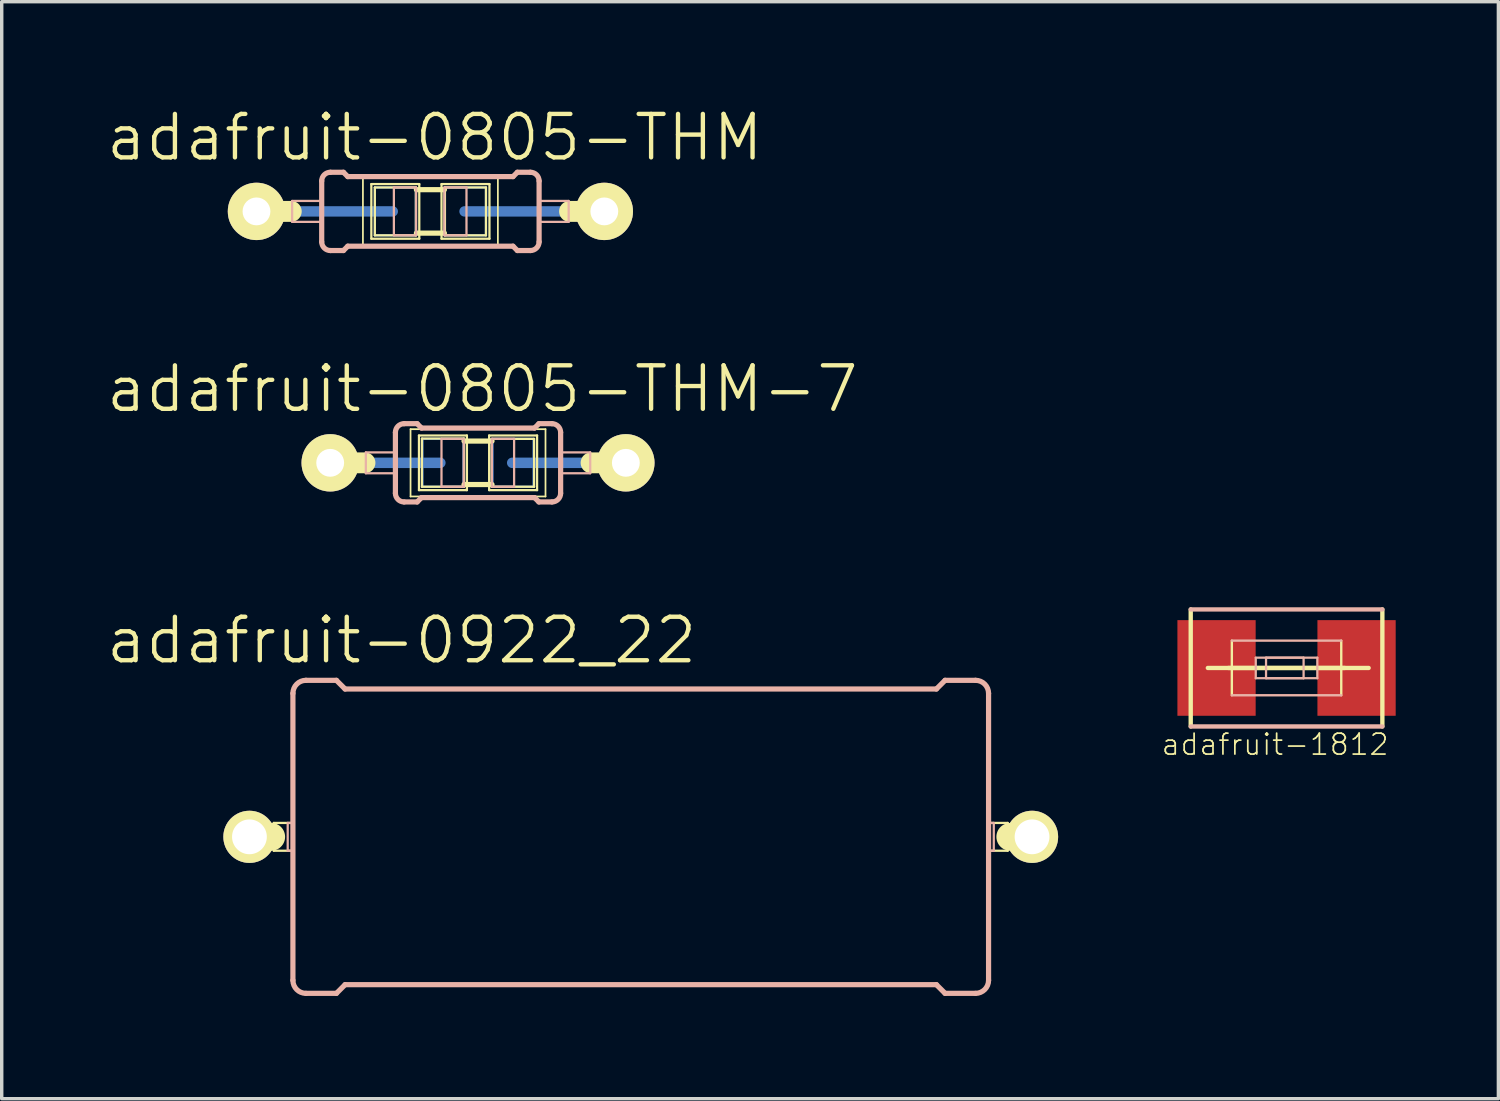
<source format=kicad_pcb>
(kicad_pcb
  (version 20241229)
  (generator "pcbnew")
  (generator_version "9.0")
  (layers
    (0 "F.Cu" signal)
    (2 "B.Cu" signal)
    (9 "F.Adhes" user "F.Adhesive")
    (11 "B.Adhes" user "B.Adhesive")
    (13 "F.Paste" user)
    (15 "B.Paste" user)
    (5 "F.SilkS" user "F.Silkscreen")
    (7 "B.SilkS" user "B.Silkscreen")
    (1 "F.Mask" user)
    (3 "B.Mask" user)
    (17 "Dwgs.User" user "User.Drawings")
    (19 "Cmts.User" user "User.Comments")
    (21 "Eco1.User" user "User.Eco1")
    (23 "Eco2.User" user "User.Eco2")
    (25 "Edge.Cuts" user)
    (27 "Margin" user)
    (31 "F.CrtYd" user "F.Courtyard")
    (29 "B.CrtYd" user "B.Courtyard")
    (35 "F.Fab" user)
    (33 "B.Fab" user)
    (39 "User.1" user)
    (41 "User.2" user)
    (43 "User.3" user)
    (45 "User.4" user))
  (footprint "adafruit-0805-THM"
    (layer "F.Cu")
    (at 9.522 3.125)
    (property "Reference" "adafruit-0805-THM" (at 0.127 -2.159 0) (layer "F.SilkS") (effects (font (size 1.27 1.27) (thickness 0.127))))
    (attr exclude_from_pos_files exclude_from_bom)
    (fp_line (start -4.498 0) (end -1.1 0) (stroke (width 0.305) (type solid)) (layer "B.Cu"))
    (fp_line (start -1.623 -0.699) (end -0.424 -0.699) (stroke (width 0.066) (type solid)) (layer "B.Cu"))
    (fp_line (start -1.623 0.699) (end -1.623 -0.699) (stroke (width 0.066) (type solid)) (layer "B.Cu"))
    (fp_line (start -1.623 0.699) (end -0.424 0.699) (stroke (width 0.066) (type solid)) (layer "B.Cu"))
    (fp_line (start -0.424 0.699) (end -0.424 -0.699) (stroke (width 0.066) (type solid)) (layer "B.Cu"))
    (fp_line (start 0.424 -0.699) (end 1.623 -0.699) (stroke (width 0.066) (type solid)) (layer "B.Cu"))
    (fp_line (start 0.424 0.699) (end 0.424 -0.699) (stroke (width 0.066) (type solid)) (layer "B.Cu"))
    (fp_line (start 0.424 0.699) (end 1.623 0.699) (stroke (width 0.066) (type solid)) (layer "B.Cu"))
    (fp_line (start 0.998 0) (end 5.098 0) (stroke (width 0.305) (type solid)) (layer "B.Cu"))
    (fp_line (start 1.623 0.699) (end 1.623 -0.699) (stroke (width 0.066) (type solid)) (layer "B.Cu"))
    (fp_line (start -5.08 0) (end -4.064 0) (stroke (width 0.61) (type solid)) (layer "F.SilkS"))
    (fp_line (start -1.971 -0.983) (end 1.971 -0.983) (stroke (width 0.051) (type solid)) (layer "F.SilkS"))
    (fp_line (start -1.971 0.983) (end -1.971 -0.983) (stroke (width 0.051) (type solid)) (layer "F.SilkS"))
    (fp_line (start -1.725 -0.798) (end -0.325 -0.798) (stroke (width 0.066) (type solid)) (layer "F.SilkS"))
    (fp_line (start -1.725 0.798) (end -1.725 -0.798) (stroke (width 0.066) (type solid)) (layer "F.SilkS"))
    (fp_line (start -1.725 0.798) (end -0.325 0.798) (stroke (width 0.066) (type solid)) (layer "F.SilkS"))
    (fp_line (start -1.623 -0.699) (end -0.424 -0.699) (stroke (width 0.066) (type solid)) (layer "F.SilkS"))
    (fp_line (start -1.623 0.699) (end -1.623 -0.699) (stroke (width 0.066) (type solid)) (layer "F.SilkS"))
    (fp_line (start -1.623 0.699) (end -0.424 0.699) (stroke (width 0.066) (type solid)) (layer "F.SilkS"))
    (fp_line (start -0.424 0.699) (end -0.424 -0.699) (stroke (width 0.066) (type solid)) (layer "F.SilkS"))
    (fp_line (start -0.409 -0.635) (end 0.409 -0.635) (stroke (width 0.152) (type solid)) (layer "F.SilkS"))
    (fp_line (start -0.409 0.635) (end 0.409 0.635) (stroke (width 0.152) (type solid)) (layer "F.SilkS"))
    (fp_line (start -0.325 0.798) (end -0.325 -0.798) (stroke (width 0.066) (type solid)) (layer "F.SilkS"))
    (fp_line (start 0.325 -0.798) (end 1.725 -0.798) (stroke (width 0.066) (type solid)) (layer "F.SilkS"))
    (fp_line (start 0.325 0.798) (end 0.325 -0.798) (stroke (width 0.066) (type solid)) (layer "F.SilkS"))
    (fp_line (start 0.325 0.798) (end 1.725 0.798) (stroke (width 0.066) (type solid)) (layer "F.SilkS"))
    (fp_line (start 0.424 -0.699) (end 1.623 -0.699) (stroke (width 0.066) (type solid)) (layer "F.SilkS"))
    (fp_line (start 0.424 0.699) (end 0.424 -0.699) (stroke (width 0.066) (type solid)) (layer "F.SilkS"))
    (fp_line (start 0.424 0.699) (end 1.623 0.699) (stroke (width 0.066) (type solid)) (layer "F.SilkS"))
    (fp_line (start 1.623 0.699) (end 1.623 -0.699) (stroke (width 0.066) (type solid)) (layer "F.SilkS"))
    (fp_line (start 1.725 0.798) (end 1.725 -0.798) (stroke (width 0.066) (type solid)) (layer "F.SilkS"))
    (fp_line (start 1.971 -0.983) (end 1.971 0.983) (stroke (width 0.051) (type solid)) (layer "F.SilkS"))
    (fp_line (start 1.971 0.983) (end -1.971 0.983) (stroke (width 0.051) (type solid)) (layer "F.SilkS"))
    (fp_line (start 5.08 0) (end 4.064 0) (stroke (width 0.61) (type solid)) (layer "F.SilkS"))
    (fp_line (start -4.039 -0.305) (end -3.175 -0.305) (stroke (width 0.066) (type solid)) (layer "B.SilkS"))
    (fp_line (start -4.039 0.305) (end -4.039 -0.305) (stroke (width 0.066) (type solid)) (layer "B.SilkS"))
    (fp_line (start -4.039 0.305) (end -3.175 0.305) (stroke (width 0.066) (type solid)) (layer "B.SilkS"))
    (fp_line (start -3.175 0.305) (end -3.175 -0.305) (stroke (width 0.066) (type solid)) (layer "B.SilkS"))
    (fp_line (start -3.175 0.889) (end -3.175 -0.889) (stroke (width 0.152) (type solid)) (layer "B.SilkS"))
    (fp_line (start -2.921 -1.143) (end -2.54 -1.143) (stroke (width 0.152) (type solid)) (layer "B.SilkS"))
    (fp_line (start -2.921 1.143) (end -2.54 1.143) (stroke (width 0.152) (type solid)) (layer "B.SilkS"))
    (fp_line (start -2.413 -1.016) (end -2.54 -1.143) (stroke (width 0.152) (type solid)) (layer "B.SilkS"))
    (fp_line (start -2.413 1.016) (end -2.54 1.143) (stroke (width 0.152) (type solid)) (layer "B.SilkS"))
    (fp_line (start -1.067 -0.701) (end -0.417 -0.701) (stroke (width 0.066) (type solid)) (layer "B.SilkS"))
    (fp_line (start -1.067 0.699) (end -1.067 -0.701) (stroke (width 0.066) (type solid)) (layer "B.SilkS"))
    (fp_line (start -1.067 0.699) (end -0.417 0.699) (stroke (width 0.066) (type solid)) (layer "B.SilkS"))
    (fp_line (start -0.417 0.699) (end -0.417 -0.701) (stroke (width 0.066) (type solid)) (layer "B.SilkS"))
    (fp_line (start 0.406 -0.701) (end 1.054 -0.701) (stroke (width 0.066) (type solid)) (layer "B.SilkS"))
    (fp_line (start 0.406 0.699) (end 0.406 -0.701) (stroke (width 0.066) (type solid)) (layer "B.SilkS"))
    (fp_line (start 0.406 0.699) (end 1.054 0.699) (stroke (width 0.066) (type solid)) (layer "B.SilkS"))
    (fp_line (start 1.054 0.699) (end 1.054 -0.701) (stroke (width 0.066) (type solid)) (layer "B.SilkS"))
    (fp_line (start 2.413 -1.016) (end -2.413 -1.016) (stroke (width 0.152) (type solid)) (layer "B.SilkS"))
    (fp_line (start 2.413 -1.016) (end 2.54 -1.143) (stroke (width 0.152) (type solid)) (layer "B.SilkS"))
    (fp_line (start 2.413 1.016) (end -2.413 1.016) (stroke (width 0.152) (type solid)) (layer "B.SilkS"))
    (fp_line (start 2.413 1.016) (end 2.54 1.143) (stroke (width 0.152) (type solid)) (layer "B.SilkS"))
    (fp_line (start 2.921 -1.143) (end 2.54 -1.143) (stroke (width 0.152) (type solid)) (layer "B.SilkS"))
    (fp_line (start 2.921 1.143) (end 2.54 1.143) (stroke (width 0.152) (type solid)) (layer "B.SilkS"))
    (fp_line (start 3.175 -0.305) (end 4.039 -0.305) (stroke (width 0.066) (type solid)) (layer "B.SilkS"))
    (fp_line (start 3.175 0.305) (end 3.175 -0.305) (stroke (width 0.066) (type solid)) (layer "B.SilkS"))
    (fp_line (start 3.175 0.305) (end 4.039 0.305) (stroke (width 0.066) (type solid)) (layer "B.SilkS"))
    (fp_line (start 3.175 0.889) (end 3.175 -0.889) (stroke (width 0.152) (type solid)) (layer "B.SilkS"))
    (fp_line (start 4.039 0.305) (end 4.039 -0.305) (stroke (width 0.066) (type solid)) (layer "B.SilkS"))
    (fp_arc (start -3.175 -0.889) (mid -3.100605 -1.068605) (end -2.921 -1.143) (stroke (width 0.1524) (type solid)) (layer "B.SilkS"))
    (fp_arc (start -2.921 1.143) (mid -3.100605 1.068605) (end -3.175 0.889) (stroke (width 0.1524) (type solid)) (layer "B.SilkS"))
    (fp_arc (start 2.921 -1.143) (mid 3.100605 -1.068605) (end 3.175 -0.889) (stroke (width 0.1524) (type solid)) (layer "B.SilkS"))
    (fp_arc (start 3.175 0.889) (mid 3.100605 1.068605) (end 2.921 1.143) (stroke (width 0.1524) (type solid)) (layer "B.SilkS"))
    (pad "1" thru_hole circle (at -5.08 0) (size 1.676 1.676) (drill 0.813) (layers "*.Cu" "F.Mask" "F.SilkS" "F.Paste"))
    (pad "2" thru_hole circle (at 5.08 0) (size 1.676 1.676) (drill 0.813) (layers "*.Cu" "F.Mask" "F.SilkS" "F.Paste")))
  (footprint "adafruit-0922_22"
    (layer "F.Cu")
    (at 15.666 21.394)
    (property "Reference" "adafruit-0922_22" (at -6.985 -5.74 0) (layer "F.SilkS") (effects (font (size 1.27 1.27) (thickness 0.127))))
    (attr exclude_from_pos_files exclude_from_bom)
    (fp_line (start -11.43 0) (end -10.795 0) (stroke (width 0.813) (type solid)) (layer "F.SilkS"))
    (fp_line (start -10.719 -0.406) (end -10.16 -0.406) (stroke (width 0.066) (type solid)) (layer "F.SilkS"))
    (fp_line (start -10.719 0.406) (end -10.719 -0.406) (stroke (width 0.066) (type solid)) (layer "F.SilkS"))
    (fp_line (start -10.719 0.406) (end -10.16 0.406) (stroke (width 0.066) (type solid)) (layer "F.SilkS"))
    (fp_line (start -10.16 0.406) (end -10.16 -0.406) (stroke (width 0.066) (type solid)) (layer "F.SilkS"))
    (fp_line (start 10.16 -0.406) (end 10.719 -0.406) (stroke (width 0.066) (type solid)) (layer "F.SilkS"))
    (fp_line (start 10.16 0.406) (end 10.16 -0.406) (stroke (width 0.066) (type solid)) (layer "F.SilkS"))
    (fp_line (start 10.16 0.406) (end 10.719 0.406) (stroke (width 0.066) (type solid)) (layer "F.SilkS"))
    (fp_line (start 10.719 0.406) (end 10.719 -0.406) (stroke (width 0.066) (type solid)) (layer "F.SilkS"))
    (fp_line (start 11.43 0) (end 10.795 0) (stroke (width 0.813) (type solid)) (layer "F.SilkS"))
    (fp_line (start -10.312 -0.406) (end -10.16 -0.406) (stroke (width 0.066) (type solid)) (layer "B.SilkS"))
    (fp_line (start -10.312 0.406) (end -10.312 -0.406) (stroke (width 0.066) (type solid)) (layer "B.SilkS"))
    (fp_line (start -10.312 0.406) (end -10.16 0.406) (stroke (width 0.066) (type solid)) (layer "B.SilkS"))
    (fp_line (start -10.16 0.406) (end -10.16 -0.406) (stroke (width 0.066) (type solid)) (layer "B.SilkS"))
    (fp_line (start -10.16 4.191) (end -10.16 -4.191) (stroke (width 0.152) (type solid)) (layer "B.SilkS"))
    (fp_line (start -9.779 -4.572) (end -8.89 -4.572) (stroke (width 0.152) (type solid)) (layer "B.SilkS"))
    (fp_line (start -9.779 4.572) (end -8.89 4.572) (stroke (width 0.152) (type solid)) (layer "B.SilkS"))
    (fp_line (start -8.636 -4.318) (end -8.89 -4.572) (stroke (width 0.152) (type solid)) (layer "B.SilkS"))
    (fp_line (start -8.636 4.318) (end -8.89 4.572) (stroke (width 0.152) (type solid)) (layer "B.SilkS"))
    (fp_line (start 8.636 -4.318) (end -8.636 -4.318) (stroke (width 0.152) (type solid)) (layer "B.SilkS"))
    (fp_line (start 8.636 -4.318) (end 8.89 -4.572) (stroke (width 0.152) (type solid)) (layer "B.SilkS"))
    (fp_line (start 8.636 4.318) (end -8.636 4.318) (stroke (width 0.152) (type solid)) (layer "B.SilkS"))
    (fp_line (start 8.636 4.318) (end 8.89 4.572) (stroke (width 0.152) (type solid)) (layer "B.SilkS"))
    (fp_line (start 9.779 -4.572) (end 8.89 -4.572) (stroke (width 0.152) (type solid)) (layer "B.SilkS"))
    (fp_line (start 9.779 4.572) (end 8.89 4.572) (stroke (width 0.152) (type solid)) (layer "B.SilkS"))
    (fp_line (start 10.16 -0.406) (end 10.312 -0.406) (stroke (width 0.066) (type solid)) (layer "B.SilkS"))
    (fp_line (start 10.16 0.406) (end 10.16 -0.406) (stroke (width 0.066) (type solid)) (layer "B.SilkS"))
    (fp_line (start 10.16 0.406) (end 10.312 0.406) (stroke (width 0.066) (type solid)) (layer "B.SilkS"))
    (fp_line (start 10.16 4.191) (end 10.16 -4.191) (stroke (width 0.152) (type solid)) (layer "B.SilkS"))
    (fp_line (start 10.312 0.406) (end 10.312 -0.406) (stroke (width 0.066) (type solid)) (layer "B.SilkS"))
    (fp_arc (start -10.16 -4.191) (mid -10.048408 -4.460408) (end -9.779 -4.572) (stroke (width 0.1524) (type solid)) (layer "B.SilkS"))
    (fp_arc (start -9.779 4.572) (mid -10.048408 4.460408) (end -10.16 4.191) (stroke (width 0.1524) (type solid)) (layer "B.SilkS"))
    (fp_arc (start 9.779 -4.572) (mid 10.048408 -4.460408) (end 10.16 -4.191) (stroke (width 0.1524) (type solid)) (layer "B.SilkS"))
    (fp_arc (start 10.16 4.191) (mid 10.048408 4.460408) (end 9.779 4.572) (stroke (width 0.1524) (type solid)) (layer "B.SilkS"))
    (pad "1" thru_hole circle (at -11.43 0) (size 1.524 1.524) (drill 1.016) (layers "*.Cu" "F.Mask" "F.SilkS" "F.Paste"))
    (pad "2" thru_hole circle (at 11.43 0) (size 1.524 1.524) (drill 1.016) (layers "*.Cu" "F.Mask" "F.SilkS" "F.Paste")))
  (footprint "adafruit-0805-THM-7"
    (layer "F.Cu")
    (at 10.913 10.469)
    (property "Reference" "adafruit-0805-THM-7" (at 0.127 -2.159 0) (layer "F.SilkS") (effects (font (size 1.27 1.27) (thickness 0.127))))
    (attr exclude_from_pos_files exclude_from_bom)
    (fp_line (start -3.736 0) (end -1.1 0) (stroke (width 0.305) (type solid)) (layer "B.Cu"))
    (fp_line (start -1.623 -0.699) (end -0.424 -0.699) (stroke (width 0.066) (type solid)) (layer "B.Cu"))
    (fp_line (start -1.623 0.699) (end -1.623 -0.699) (stroke (width 0.066) (type solid)) (layer "B.Cu"))
    (fp_line (start -1.623 0.699) (end -0.424 0.699) (stroke (width 0.066) (type solid)) (layer "B.Cu"))
    (fp_line (start -0.424 0.699) (end -0.424 -0.699) (stroke (width 0.066) (type solid)) (layer "B.Cu"))
    (fp_line (start 0.424 -0.699) (end 1.623 -0.699) (stroke (width 0.066) (type solid)) (layer "B.Cu"))
    (fp_line (start 0.424 0.699) (end 0.424 -0.699) (stroke (width 0.066) (type solid)) (layer "B.Cu"))
    (fp_line (start 0.424 0.699) (end 1.623 0.699) (stroke (width 0.066) (type solid)) (layer "B.Cu"))
    (fp_line (start 0.998 0) (end 4.336 0) (stroke (width 0.305) (type solid)) (layer "B.Cu"))
    (fp_line (start 1.623 0.699) (end 1.623 -0.699) (stroke (width 0.066) (type solid)) (layer "B.Cu"))
    (fp_line (start -4.318 0) (end -3.302 0) (stroke (width 0.61) (type solid)) (layer "F.SilkS"))
    (fp_line (start -1.971 -0.983) (end 1.971 -0.983) (stroke (width 0.051) (type solid)) (layer "F.SilkS"))
    (fp_line (start -1.971 0.983) (end -1.971 -0.983) (stroke (width 0.051) (type solid)) (layer "F.SilkS"))
    (fp_line (start -1.725 -0.798) (end -0.325 -0.798) (stroke (width 0.066) (type solid)) (layer "F.SilkS"))
    (fp_line (start -1.725 0.798) (end -1.725 -0.798) (stroke (width 0.066) (type solid)) (layer "F.SilkS"))
    (fp_line (start -1.725 0.798) (end -0.325 0.798) (stroke (width 0.066) (type solid)) (layer "F.SilkS"))
    (fp_line (start -1.638 -0.709) (end -0.409 -0.709) (stroke (width 0.066) (type solid)) (layer "F.SilkS"))
    (fp_line (start -1.638 0.699) (end -1.638 -0.709) (stroke (width 0.066) (type solid)) (layer "F.SilkS"))
    (fp_line (start -1.638 0.699) (end -0.409 0.699) (stroke (width 0.066) (type solid)) (layer "F.SilkS"))
    (fp_line (start -0.409 -0.635) (end 0.409 -0.635) (stroke (width 0.152) (type solid)) (layer "F.SilkS"))
    (fp_line (start -0.409 0.635) (end 0.409 0.635) (stroke (width 0.152) (type solid)) (layer "F.SilkS"))
    (fp_line (start -0.409 0.699) (end -0.409 -0.709) (stroke (width 0.066) (type solid)) (layer "F.SilkS"))
    (fp_line (start -0.325 0.798) (end -0.325 -0.798) (stroke (width 0.066) (type solid)) (layer "F.SilkS"))
    (fp_line (start 0.325 -0.798) (end 1.725 -0.798) (stroke (width 0.066) (type solid)) (layer "F.SilkS"))
    (fp_line (start 0.325 0.798) (end 0.325 -0.798) (stroke (width 0.066) (type solid)) (layer "F.SilkS"))
    (fp_line (start 0.325 0.798) (end 1.725 0.798) (stroke (width 0.066) (type solid)) (layer "F.SilkS"))
    (fp_line (start 0.399 -0.699) (end 1.638 -0.699) (stroke (width 0.066) (type solid)) (layer "F.SilkS"))
    (fp_line (start 0.399 0.699) (end 0.399 -0.699) (stroke (width 0.066) (type solid)) (layer "F.SilkS"))
    (fp_line (start 0.399 0.699) (end 1.638 0.699) (stroke (width 0.066) (type solid)) (layer "F.SilkS"))
    (fp_line (start 1.638 0.699) (end 1.638 -0.699) (stroke (width 0.066) (type solid)) (layer "F.SilkS"))
    (fp_line (start 1.725 0.798) (end 1.725 -0.798) (stroke (width 0.066) (type solid)) (layer "F.SilkS"))
    (fp_line (start 1.971 -0.983) (end 1.971 0.983) (stroke (width 0.051) (type solid)) (layer "F.SilkS"))
    (fp_line (start 1.971 0.983) (end -1.971 0.983) (stroke (width 0.051) (type solid)) (layer "F.SilkS"))
    (fp_line (start 4.318 0) (end 3.302 0) (stroke (width 0.61) (type solid)) (layer "F.SilkS"))
    (fp_line (start -3.277 -0.305) (end -2.413 -0.305) (stroke (width 0.066) (type solid)) (layer "B.SilkS"))
    (fp_line (start -3.277 0.305) (end -3.277 -0.305) (stroke (width 0.066) (type solid)) (layer "B.SilkS"))
    (fp_line (start -3.277 0.305) (end -2.413 0.305) (stroke (width 0.066) (type solid)) (layer "B.SilkS"))
    (fp_line (start -2.413 0.305) (end -2.413 -0.305) (stroke (width 0.066) (type solid)) (layer "B.SilkS"))
    (fp_line (start -2.413 0.889) (end -2.413 -0.889) (stroke (width 0.152) (type solid)) (layer "B.SilkS"))
    (fp_line (start -2.159 -1.143) (end -1.778 -1.143) (stroke (width 0.152) (type solid)) (layer "B.SilkS"))
    (fp_line (start -2.159 1.143) (end -1.778 1.143) (stroke (width 0.152) (type solid)) (layer "B.SilkS"))
    (fp_line (start -1.651 -1.016) (end -1.778 -1.143) (stroke (width 0.152) (type solid)) (layer "B.SilkS"))
    (fp_line (start -1.651 1.016) (end -1.778 1.143) (stroke (width 0.152) (type solid)) (layer "B.SilkS"))
    (fp_line (start -1.067 -0.701) (end -0.417 -0.701) (stroke (width 0.066) (type solid)) (layer "B.SilkS"))
    (fp_line (start -1.067 0.699) (end -1.067 -0.701) (stroke (width 0.066) (type solid)) (layer "B.SilkS"))
    (fp_line (start -1.067 0.699) (end -0.417 0.699) (stroke (width 0.066) (type solid)) (layer "B.SilkS"))
    (fp_line (start -0.417 0.699) (end -0.417 -0.701) (stroke (width 0.066) (type solid)) (layer "B.SilkS"))
    (fp_line (start 0.406 -0.701) (end 1.054 -0.701) (stroke (width 0.066) (type solid)) (layer "B.SilkS"))
    (fp_line (start 0.406 0.699) (end 0.406 -0.701) (stroke (width 0.066) (type solid)) (layer "B.SilkS"))
    (fp_line (start 0.406 0.699) (end 1.054 0.699) (stroke (width 0.066) (type solid)) (layer "B.SilkS"))
    (fp_line (start 1.054 0.699) (end 1.054 -0.701) (stroke (width 0.066) (type solid)) (layer "B.SilkS"))
    (fp_line (start 1.651 -1.016) (end -1.651 -1.016) (stroke (width 0.152) (type solid)) (layer "B.SilkS"))
    (fp_line (start 1.651 -1.016) (end 1.778 -1.143) (stroke (width 0.152) (type solid)) (layer "B.SilkS"))
    (fp_line (start 1.651 1.016) (end -1.651 1.016) (stroke (width 0.152) (type solid)) (layer "B.SilkS"))
    (fp_line (start 1.651 1.016) (end 1.778 1.143) (stroke (width 0.152) (type solid)) (layer "B.SilkS"))
    (fp_line (start 2.159 -1.143) (end 1.778 -1.143) (stroke (width 0.152) (type solid)) (layer "B.SilkS"))
    (fp_line (start 2.159 1.143) (end 1.778 1.143) (stroke (width 0.152) (type solid)) (layer "B.SilkS"))
    (fp_line (start 2.413 -0.305) (end 3.277 -0.305) (stroke (width 0.066) (type solid)) (layer "B.SilkS"))
    (fp_line (start 2.413 0.305) (end 2.413 -0.305) (stroke (width 0.066) (type solid)) (layer "B.SilkS"))
    (fp_line (start 2.413 0.305) (end 3.277 0.305) (stroke (width 0.066) (type solid)) (layer "B.SilkS"))
    (fp_line (start 2.413 0.889) (end 2.413 -0.889) (stroke (width 0.152) (type solid)) (layer "B.SilkS"))
    (fp_line (start 3.277 0.305) (end 3.277 -0.305) (stroke (width 0.066) (type solid)) (layer "B.SilkS"))
    (fp_arc (start -2.413 -0.889) (mid -2.338605 -1.068605) (end -2.159 -1.143) (stroke (width 0.1524) (type solid)) (layer "B.SilkS"))
    (fp_arc (start -2.159 1.143) (mid -2.338605 1.068605) (end -2.413 0.889) (stroke (width 0.1524) (type solid)) (layer "B.SilkS"))
    (fp_arc (start 2.159 -1.143) (mid 2.338605 -1.068605) (end 2.413 -0.889) (stroke (width 0.1524) (type solid)) (layer "B.SilkS"))
    (fp_arc (start 2.413 0.889) (mid 2.338605 1.068605) (end 2.159 1.143) (stroke (width 0.1524) (type solid)) (layer "B.SilkS"))
    (pad "1" thru_hole circle (at -4.318 0) (size 1.676 1.676) (drill 0.813) (layers "*.Cu" "F.Mask" "F.SilkS" "F.Paste"))
    (pad "2" thru_hole circle (at 4.318 0) (size 1.676 1.676) (drill 0.813) (layers "*.Cu" "F.Mask" "F.SilkS" "F.Paste")))
  (footprint "adafruit-1812"
    (layer "F.Cu")
    (at 34.53 16.461)
    (property "Reference" "adafruit-1812" (at -0.333 2.235 0) (layer "F.SilkS") (effects (font (size 0.61 0.61) (thickness 0.051))))
    (attr smd)
    (fp_line (start -2.799 1.709) (end -2.799 -1.709) (stroke (width 0.127) (type solid)) (layer "F.SilkS"))
    (fp_line (start -2.299 0) (end 2.398 0) (stroke (width 0.127) (type solid)) (layer "F.SilkS"))
    (fp_line (start -1.699 0) (end 1.699 0) (stroke (width 0.127) (type solid)) (layer "F.SilkS"))
    (fp_line (start -1.598 0.798) (end -1.598 -0.798) (stroke (width 0.069) (type solid)) (layer "F.SilkS"))
    (fp_line (start 1.598 -0.798) (end 1.598 0.798) (stroke (width 0.069) (type solid)) (layer "F.SilkS"))
    (fp_line (start 2.799 -1.709) (end 2.799 1.709) (stroke (width 0.127) (type solid)) (layer "F.SilkS"))
    (fp_line (start -2.799 -1.709) (end 2.799 -1.709) (stroke (width 0.127) (type solid)) (layer "B.SilkS"))
    (fp_line (start -1.598 -0.798) (end 1.598 -0.798) (stroke (width 0.069) (type solid)) (layer "B.SilkS"))
    (fp_line (start -0.899 -0.3) (end 0.899 -0.3) (stroke (width 0.066) (type solid)) (layer "B.SilkS"))
    (fp_line (start -0.899 0.3) (end -0.899 -0.3) (stroke (width 0.066) (type solid)) (layer "B.SilkS"))
    (fp_line (start -0.899 0.3) (end 0.899 0.3) (stroke (width 0.066) (type solid)) (layer "B.SilkS"))
    (fp_line (start -0.599 -0.3) (end 0.498 -0.3) (stroke (width 0.066) (type solid)) (layer "B.SilkS"))
    (fp_line (start -0.599 0.3) (end -0.599 -0.3) (stroke (width 0.066) (type solid)) (layer "B.SilkS"))
    (fp_line (start -0.599 0.3) (end 0.498 0.3) (stroke (width 0.066) (type solid)) (layer "B.SilkS"))
    (fp_line (start 0.498 0.3) (end 0.498 -0.3) (stroke (width 0.066) (type solid)) (layer "B.SilkS"))
    (fp_line (start 0.899 0.3) (end 0.899 -0.3) (stroke (width 0.066) (type solid)) (layer "B.SilkS"))
    (fp_line (start 1.598 0.798) (end -1.598 0.798) (stroke (width 0.069) (type solid)) (layer "B.SilkS"))
    (fp_line (start 2.799 1.709) (end -2.799 1.709) (stroke (width 0.127) (type solid)) (layer "B.SilkS"))
    (pad "1" smd rect (at -2.045 0) (size 2.286 2.794) (layers "F.Cu" "F.Mask" "F.Paste"))
    (pad "2" smd rect (at 2.045 0) (size 2.286 2.794) (layers "F.Cu" "F.Mask" "F.Paste")))
  (gr_rect
    (start -3 -3)
    (end 40.718 29.043)
    (stroke (width 0.1) (type default))
    (fill no)
    (layer "Edge.Cuts")))
</source>
